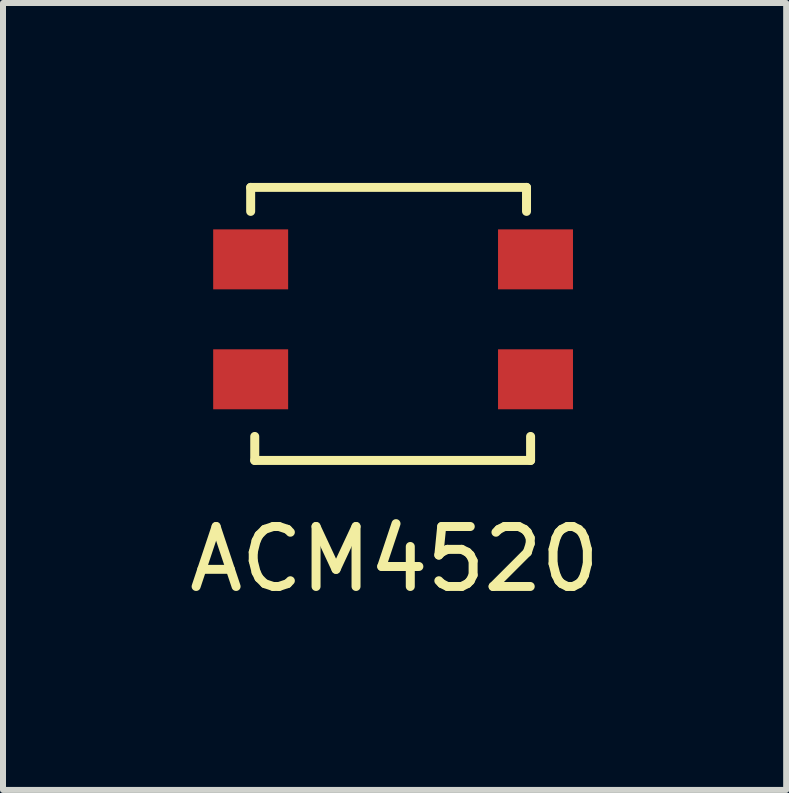
<source format=kicad_pcb>
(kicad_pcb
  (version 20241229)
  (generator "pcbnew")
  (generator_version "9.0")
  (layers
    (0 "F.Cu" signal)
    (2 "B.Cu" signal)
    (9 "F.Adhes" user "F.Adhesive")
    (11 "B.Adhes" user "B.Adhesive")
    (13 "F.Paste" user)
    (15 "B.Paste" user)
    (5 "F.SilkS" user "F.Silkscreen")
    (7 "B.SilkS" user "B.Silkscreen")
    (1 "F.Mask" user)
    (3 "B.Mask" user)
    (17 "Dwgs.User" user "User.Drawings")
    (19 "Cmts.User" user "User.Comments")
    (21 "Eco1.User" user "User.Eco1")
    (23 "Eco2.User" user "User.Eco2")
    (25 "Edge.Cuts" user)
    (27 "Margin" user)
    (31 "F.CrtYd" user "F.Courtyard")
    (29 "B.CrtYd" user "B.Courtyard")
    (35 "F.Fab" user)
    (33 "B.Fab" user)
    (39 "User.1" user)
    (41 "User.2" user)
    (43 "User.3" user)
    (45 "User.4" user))
  (footprint "ACM4520"
    (layer "F.Cu")
    (at 3.53 2.275)
    (property "Reference" "ACM4520" (at 0 4 0) (layer "F.SilkS") (effects (font (size 1 1) (thickness 0.15))))
    (attr through_hole)
    (fp_line (start -2.4 -2.2) (end -2.4 -1.8) (stroke (width 0.15) (type solid)) (layer "F.SilkS"))
    (fp_line (start -2.332 1.953) (end -2.332 2.353) (stroke (width 0.15) (type solid)) (layer "F.SilkS"))
    (fp_line (start -2.332 2.353) (end 2.268 2.353) (stroke (width 0.15) (type solid)) (layer "F.SilkS"))
    (fp_line (start 2.2 -2.2) (end -2.4 -2.2) (stroke (width 0.15) (type solid)) (layer "F.SilkS"))
    (fp_line (start 2.2 -1.8) (end 2.2 -2.2) (stroke (width 0.15) (type solid)) (layer "F.SilkS"))
    (fp_line (start 2.268 2.353) (end 2.268 1.953) (stroke (width 0.15) (type solid)) (layer "F.SilkS"))
    (pad "1" smd rect (at -2.4 -1) (size 1.25 1) (layers "F.Cu" "F.Mask" "F.Paste"))
    (pad "2" smd rect (at -2.4 1) (size 1.25 1) (layers "F.Cu" "F.Mask" "F.Paste"))
    (pad "3" smd rect (at 2.35 1) (size 1.25 1) (layers "F.Cu" "F.Mask" "F.Paste"))
    (pad "4" smd rect (at 2.35 -1) (size 1.25 1) (layers "F.Cu" "F.Mask" "F.Paste")))
  (gr_rect
    (start -3 -3)
    (end 10.06 10.123)
    (stroke (width 0.1) (type default))
    (fill no)
    (layer "Edge.Cuts")))
</source>
